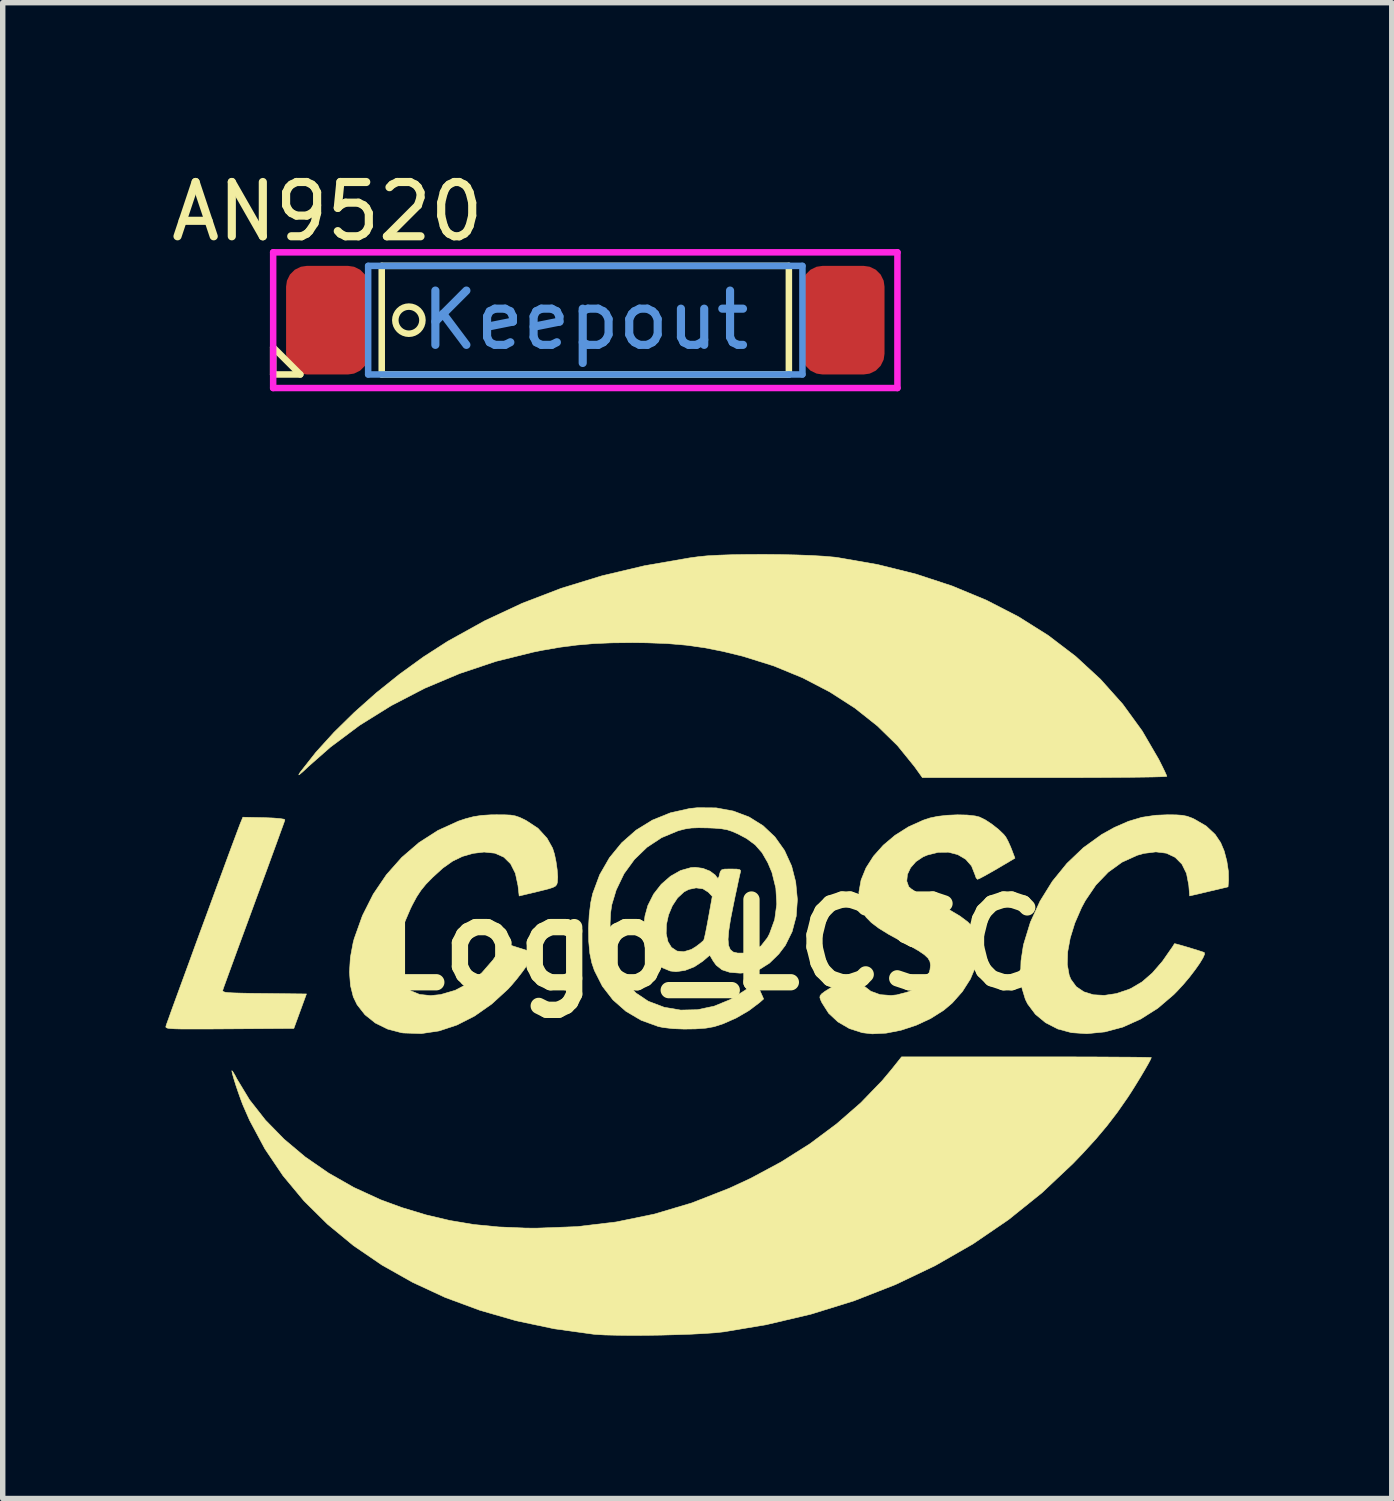
<source format=kicad_pcb>
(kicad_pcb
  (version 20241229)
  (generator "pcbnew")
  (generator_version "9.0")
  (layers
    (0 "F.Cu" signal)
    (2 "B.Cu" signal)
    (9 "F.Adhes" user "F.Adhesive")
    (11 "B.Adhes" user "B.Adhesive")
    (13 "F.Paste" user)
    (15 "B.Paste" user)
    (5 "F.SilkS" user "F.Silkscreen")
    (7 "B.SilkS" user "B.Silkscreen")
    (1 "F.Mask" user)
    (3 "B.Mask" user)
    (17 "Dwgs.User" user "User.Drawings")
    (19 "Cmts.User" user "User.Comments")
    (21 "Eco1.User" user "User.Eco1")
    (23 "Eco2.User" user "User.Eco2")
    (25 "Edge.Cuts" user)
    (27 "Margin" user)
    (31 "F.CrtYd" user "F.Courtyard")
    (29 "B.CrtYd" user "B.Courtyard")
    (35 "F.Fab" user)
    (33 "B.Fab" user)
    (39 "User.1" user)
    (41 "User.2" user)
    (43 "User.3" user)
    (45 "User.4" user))
  (footprint "Logo_LCSC"
    (layer "F.Cu")
    (at 10.031 14.355)
    (property "Reference" "Logo_LCSC" (at 0 0 0) (layer "F.SilkS") (effects (font (size 1.524 1.524) (thickness 0.3))))
    (attr through_hole)
    (fp_poly (pts (xy -8.217 -2.343) (xy -8.048 -2.336) (xy -7.924 -2.326) (xy -7.85 -2.314) (xy -7.833 -2.302) (xy -7.844 -2.267) (xy -7.876 -2.178) (xy -7.926 -2.041) (xy -7.991 -1.861) (xy -8.07 -1.645) (xy -8.16 -1.398) (xy -8.26 -1.126) (xy -8.368 -0.834) (xy -8.4 -0.746) (xy -8.509 -0.449) (xy -8.612 -0.169) (xy -8.707 0.089) (xy -8.79 0.317) (xy -8.861 0.511) (xy -8.917 0.665) (xy -8.956 0.772) (xy -8.975 0.828) (xy -8.977 0.833) (xy -8.978 0.85) (xy -8.965 0.863) (xy -8.93 0.874) (xy -8.868 0.881) (xy -8.77 0.886) (xy -8.63 0.89) (xy -8.44 0.894) (xy -8.214 0.896) (xy -7.436 0.905) (xy -7.668 1.54) (xy -8.854 1.548) (xy -9.16 1.55) (xy -9.408 1.551) (xy -9.605 1.551) (xy -9.755 1.55) (xy -9.866 1.547) (xy -9.943 1.542) (xy -9.991 1.536) (xy -10.017 1.526) (xy -10.026 1.515) (xy -10.025 1.501) (xy -10.012 1.46) (xy -9.978 1.367) (xy -9.928 1.226) (xy -9.862 1.045) (xy -9.783 0.829) (xy -9.694 0.586) (xy -9.597 0.321) (xy -9.495 0.04) (xy -9.389 -0.249) (xy -9.281 -0.541) (xy -9.175 -0.83) (xy -9.073 -1.109) (xy -8.976 -1.371) (xy -8.888 -1.611) (xy -8.81 -1.822) (xy -8.744 -1.998) (xy -8.694 -2.132) (xy -8.661 -2.219) (xy -8.65 -2.247) (xy -8.607 -2.351) (xy -8.217 -2.343)) (stroke (width 0.01) (type solid)) (fill yes) (layer "F.SilkS"))
    (fp_poly (pts (xy 1.306 -7.189) (xy 1.598 -7.182) (xy 1.869 -7.172) (xy 2.106 -7.158) (xy 2.297 -7.141) (xy 2.349 -7.134) (xy 3.088 -7.005) (xy 3.792 -6.83) (xy 4.46 -6.61) (xy 5.091 -6.348) (xy 5.681 -6.044) (xy 6.229 -5.699) (xy 6.733 -5.315) (xy 7.191 -4.893) (xy 7.601 -4.434) (xy 7.96 -3.94) (xy 8.267 -3.413) (xy 8.328 -3.291) (xy 8.377 -3.19) (xy 8.407 -3.123) (xy 8.414 -3.104) (xy 8.383 -3.1) (xy 8.293 -3.096) (xy 8.151 -3.092) (xy 7.96 -3.089) (xy 7.725 -3.086) (xy 7.452 -3.084) (xy 7.147 -3.082) (xy 6.813 -3.081) (xy 6.455 -3.08) (xy 6.162 -3.08) (xy 3.911 -3.08) (xy 3.768 -3.28) (xy 3.453 -3.669) (xy 3.083 -4.031) (xy 2.666 -4.362) (xy 2.204 -4.659) (xy 1.704 -4.919) (xy 1.169 -5.139) (xy 0.607 -5.315) (xy 0.596 -5.318) (xy 0.235 -5.406) (xy -0.104 -5.473) (xy -0.439 -5.52) (xy -0.789 -5.55) (xy -1.172 -5.564) (xy -1.429 -5.567) (xy -1.809 -5.563) (xy -2.145 -5.549) (xy -2.458 -5.522) (xy -2.766 -5.482) (xy -3.089 -5.426) (xy -3.254 -5.393) (xy -3.94 -5.223) (xy -4.61 -4.999) (xy -5.256 -4.727) (xy -5.873 -4.407) (xy -6.455 -4.045) (xy -6.994 -3.642) (xy -7.397 -3.288) (xy -7.497 -3.194) (xy -7.557 -3.143) (xy -7.578 -3.131) (xy -7.565 -3.158) (xy -7.542 -3.191) (xy -7.261 -3.548) (xy -6.929 -3.914) (xy -6.555 -4.281) (xy -6.15 -4.641) (xy -5.722 -4.984) (xy -5.282 -5.303) (xy -4.839 -5.588) (xy -4.827 -5.595) (xy -4.154 -5.968) (xy -3.461 -6.292) (xy -2.744 -6.567) (xy -1.995 -6.797) (xy -1.21 -6.983) (xy -0.382 -7.127) (xy -0.222 -7.149) (xy -0.055 -7.166) (xy 0.163 -7.178) (xy 0.42 -7.187) (xy 0.705 -7.191) (xy 1.004 -7.192) (xy 1.306 -7.189)) (stroke (width 0.01) (type solid)) (fill yes) (layer "F.SilkS"))
    (fp_poly (pts (xy 8.586 -2.394) (xy 8.699 -2.386) (xy 8.789 -2.368) (xy 8.875 -2.336) (xy 8.923 -2.314) (xy 9.139 -2.188) (xy 9.304 -2.033) (xy 9.405 -1.883) (xy 9.47 -1.729) (xy 9.519 -1.542) (xy 9.548 -1.351) (xy 9.551 -1.19) (xy 9.541 -1.068) (xy 9.188 -0.984) (xy 8.834 -0.901) (xy 8.818 -1.098) (xy 8.776 -1.315) (xy 8.691 -1.487) (xy 8.566 -1.612) (xy 8.405 -1.688) (xy 8.211 -1.712) (xy 7.989 -1.684) (xy 7.867 -1.649) (xy 7.588 -1.522) (xy 7.334 -1.338) (xy 7.107 -1.102) (xy 6.913 -0.816) (xy 6.843 -0.686) (xy 6.719 -0.401) (xy 6.634 -0.126) (xy 6.587 0.131) (xy 6.58 0.362) (xy 6.615 0.559) (xy 6.646 0.635) (xy 6.745 0.771) (xy 6.886 0.866) (xy 7.061 0.92) (xy 7.263 0.931) (xy 7.484 0.898) (xy 7.716 0.82) (xy 7.761 0.799) (xy 7.957 0.683) (xy 8.146 0.519) (xy 8.333 0.303) (xy 8.523 0.03) (xy 8.555 -0.022) (xy 8.584 -0.016) (xy 8.658 0.004) (xy 8.759 0.033) (xy 8.871 0.067) (xy 8.979 0.1) (xy 9.065 0.128) (xy 9.103 0.141) (xy 9.109 0.173) (xy 9.078 0.243) (xy 9.018 0.342) (xy 8.934 0.461) (xy 8.834 0.592) (xy 8.723 0.724) (xy 8.607 0.85) (xy 8.541 0.917) (xy 8.247 1.168) (xy 7.933 1.367) (xy 7.606 1.514) (xy 7.273 1.604) (xy 6.939 1.637) (xy 6.658 1.618) (xy 6.407 1.551) (xy 6.182 1.436) (xy 5.993 1.28) (xy 5.849 1.088) (xy 5.807 1.003) (xy 5.746 0.802) (xy 5.719 0.561) (xy 5.727 0.296) (xy 5.769 0.021) (xy 5.775 -0.008) (xy 5.9 -0.416) (xy 6.078 -0.805) (xy 6.304 -1.169) (xy 6.572 -1.499) (xy 6.876 -1.789) (xy 7.211 -2.031) (xy 7.445 -2.161) (xy 7.708 -2.276) (xy 7.953 -2.349) (xy 8.207 -2.387) (xy 8.43 -2.396) (xy 8.586 -2.394)) (stroke (width 0.01) (type solid)) (fill yes) (layer "F.SilkS"))
    (fp_poly (pts (xy 6.203 2.064) (xy 6.56 2.064) (xy 6.893 2.065) (xy 7.197 2.066) (xy 7.466 2.068) (xy 7.696 2.069) (xy 7.883 2.071) (xy 8.02 2.073) (xy 8.103 2.075) (xy 8.128 2.077) (xy 8.112 2.115) (xy 8.069 2.196) (xy 8.005 2.307) (xy 7.928 2.437) (xy 7.844 2.574) (xy 7.761 2.707) (xy 7.684 2.825) (xy 7.682 2.827) (xy 7.5 3.088) (xy 7.312 3.333) (xy 7.106 3.578) (xy 6.87 3.836) (xy 6.686 4.028) (xy 6.112 4.569) (xy 5.497 5.063) (xy 4.841 5.511) (xy 4.147 5.909) (xy 3.417 6.258) (xy 2.654 6.557) (xy 1.858 6.804) (xy 1.033 6.998) (xy 0.254 7.129) (xy 0.098 7.146) (xy -0.109 7.16) (xy -0.354 7.173) (xy -0.625 7.182) (xy -0.909 7.19) (xy -1.195 7.194) (xy -1.47 7.195) (xy -1.721 7.192) (xy -1.937 7.187) (xy -2.106 7.177) (xy -2.141 7.174) (xy -2.87 7.073) (xy -3.572 6.925) (xy -4.242 6.732) (xy -4.88 6.496) (xy -5.481 6.217) (xy -6.045 5.899) (xy -6.568 5.542) (xy -7.047 5.147) (xy -7.481 4.718) (xy -7.867 4.254) (xy -8.201 3.759) (xy -8.483 3.233) (xy -8.61 2.943) (xy -8.65 2.836) (xy -8.694 2.712) (xy -8.737 2.585) (xy -8.773 2.469) (xy -8.799 2.378) (xy -8.81 2.325) (xy -8.809 2.318) (xy -8.788 2.343) (xy -8.749 2.409) (xy -8.718 2.469) (xy -8.483 2.857) (xy -8.191 3.229) (xy -7.848 3.58) (xy -7.459 3.907) (xy -7.029 4.204) (xy -6.564 4.469) (xy -6.07 4.696) (xy -5.681 4.839) (xy -5.232 4.975) (xy -4.795 5.078) (xy -4.355 5.152) (xy -3.894 5.197) (xy -3.396 5.218) (xy -3.191 5.219) (xy -2.449 5.191) (xy -1.729 5.105) (xy -1.026 4.96) (xy -0.334 4.754) (xy 0.35 4.486) (xy 0.749 4.301) (xy 1.309 4) (xy 1.839 3.665) (xy 2.33 3.299) (xy 2.776 2.91) (xy 3.17 2.502) (xy 3.344 2.294) (xy 3.527 2.064) (xy 5.827 2.064) (xy 6.203 2.064)) (stroke (width 0.01) (type solid)) (fill yes) (layer "F.SilkS"))
    (fp_poly (pts (xy -3.782 -2.395) (xy -3.673 -2.39) (xy -3.589 -2.375) (xy -3.509 -2.348) (xy -3.416 -2.304) (xy -3.384 -2.287) (xy -3.17 -2.146) (xy -3.004 -1.964) (xy -2.901 -1.78) (xy -2.867 -1.672) (xy -2.838 -1.532) (xy -2.817 -1.384) (xy -2.807 -1.25) (xy -2.813 -1.154) (xy -2.813 -1.153) (xy -2.824 -1.113) (xy -2.847 -1.083) (xy -2.894 -1.058) (xy -2.974 -1.032) (xy -3.1 -1) (xy -3.174 -0.982) (xy -3.517 -0.9) (xy -3.539 -1.093) (xy -3.587 -1.317) (xy -3.675 -1.492) (xy -3.8 -1.615) (xy -3.964 -1.688) (xy -4.163 -1.709) (xy -4.365 -1.685) (xy -4.561 -1.629) (xy -4.742 -1.542) (xy -4.923 -1.414) (xy -5.115 -1.239) (xy -5.236 -1.115) (xy -5.327 -1.003) (xy -5.406 -0.883) (xy -5.486 -0.734) (xy -5.519 -0.667) (xy -5.65 -0.361) (xy -5.735 -0.08) (xy -5.776 0.173) (xy -5.773 0.396) (xy -5.728 0.584) (xy -5.642 0.735) (xy -5.516 0.846) (xy -5.351 0.914) (xy -5.149 0.935) (xy -4.969 0.917) (xy -4.696 0.838) (xy -4.439 0.702) (xy -4.204 0.514) (xy -3.999 0.278) (xy -3.919 0.159) (xy -3.843 0.049) (xy -3.786 -0.01) (xy -3.756 -0.018) (xy -3.705 -0.001) (xy -3.613 0.028) (xy -3.499 0.064) (xy -3.491 0.066) (xy -3.381 0.102) (xy -3.298 0.134) (xy -3.257 0.155) (xy -3.256 0.156) (xy -3.264 0.197) (xy -3.306 0.274) (xy -3.373 0.378) (xy -3.458 0.497) (xy -3.553 0.62) (xy -3.651 0.737) (xy -3.727 0.82) (xy -4.025 1.092) (xy -4.339 1.312) (xy -4.663 1.477) (xy -4.992 1.586) (xy -5.321 1.635) (xy -5.647 1.624) (xy -5.686 1.619) (xy -5.941 1.552) (xy -6.168 1.44) (xy -6.358 1.288) (xy -6.503 1.103) (xy -6.573 0.958) (xy -6.625 0.749) (xy -6.643 0.502) (xy -6.627 0.234) (xy -6.576 -0.039) (xy -6.557 -0.111) (xy -6.405 -0.537) (xy -6.206 -0.932) (xy -5.963 -1.291) (xy -5.681 -1.609) (xy -5.363 -1.883) (xy -5.014 -2.107) (xy -4.638 -2.278) (xy -4.507 -2.322) (xy -4.359 -2.361) (xy -4.211 -2.384) (xy -4.037 -2.395) (xy -3.935 -2.396) (xy -3.782 -2.395)) (stroke (width 0.01) (type solid)) (fill yes) (layer "F.SilkS"))
    (fp_poly (pts (xy 4.735 -2.391) (xy 4.884 -2.374) (xy 4.961 -2.355) (xy 5.068 -2.303) (xy 5.192 -2.221) (xy 5.313 -2.126) (xy 5.41 -2.033) (xy 5.447 -1.986) (xy 5.488 -1.911) (xy 5.535 -1.807) (xy 5.557 -1.752) (xy 5.616 -1.596) (xy 5.286 -1.401) (xy 5.155 -1.326) (xy 5.044 -1.264) (xy 4.964 -1.222) (xy 4.926 -1.207) (xy 4.926 -1.206) (xy 4.9 -1.234) (xy 4.879 -1.294) (xy 4.816 -1.453) (xy 4.707 -1.577) (xy 4.562 -1.662) (xy 4.39 -1.706) (xy 4.201 -1.704) (xy 4.003 -1.654) (xy 3.922 -1.62) (xy 3.791 -1.532) (xy 3.693 -1.42) (xy 3.635 -1.297) (xy 3.623 -1.174) (xy 3.659 -1.071) (xy 3.706 -1.03) (xy 3.8 -0.968) (xy 3.934 -0.891) (xy 4.097 -0.805) (xy 4.165 -0.772) (xy 4.412 -0.643) (xy 4.605 -0.528) (xy 4.749 -0.42) (xy 4.85 -0.311) (xy 4.913 -0.195) (xy 4.944 -0.065) (xy 4.948 0.085) (xy 4.945 0.15) (xy 4.896 0.389) (xy 4.795 0.63) (xy 4.647 0.862) (xy 4.462 1.071) (xy 4.304 1.205) (xy 4.062 1.358) (xy 3.795 1.482) (xy 3.518 1.573) (xy 3.243 1.627) (xy 2.986 1.64) (xy 2.804 1.619) (xy 2.565 1.542) (xy 2.355 1.42) (xy 2.184 1.261) (xy 2.063 1.071) (xy 2.06 1.066) (xy 2.035 1.012) (xy 2.022 0.972) (xy 2.027 0.937) (xy 2.057 0.901) (xy 2.119 0.855) (xy 2.219 0.793) (xy 2.365 0.707) (xy 2.415 0.677) (xy 2.693 0.513) (xy 2.73 0.602) (xy 2.823 0.749) (xy 2.96 0.855) (xy 3.133 0.918) (xy 3.333 0.933) (xy 3.44 0.922) (xy 3.657 0.864) (xy 3.833 0.773) (xy 3.962 0.651) (xy 4.039 0.503) (xy 4.051 0.455) (xy 4.06 0.376) (xy 4.05 0.308) (xy 4.014 0.245) (xy 3.946 0.181) (xy 3.838 0.108) (xy 3.685 0.02) (xy 3.528 -0.063) (xy 3.292 -0.192) (xy 3.109 -0.305) (xy 2.972 -0.408) (xy 2.874 -0.508) (xy 2.807 -0.611) (xy 2.765 -0.723) (xy 2.758 -0.751) (xy 2.741 -0.97) (xy 2.781 -1.194) (xy 2.872 -1.417) (xy 3.01 -1.633) (xy 3.19 -1.835) (xy 3.406 -2.017) (xy 3.653 -2.173) (xy 3.926 -2.296) (xy 4.05 -2.337) (xy 4.194 -2.367) (xy 4.37 -2.387) (xy 4.556 -2.395) (xy 4.735 -2.391)) (stroke (width 0.01) (type solid)) (fill yes) (layer "F.SilkS"))
    (fp_poly (pts (xy 0.111 -2.523) (xy 0.43 -2.464) (xy 0.72 -2.354) (xy 0.976 -2.194) (xy 1.194 -1.988) (xy 1.371 -1.739) (xy 1.502 -1.451) (xy 1.577 -1.157) (xy 1.608 -0.833) (xy 1.586 -0.526) (xy 1.511 -0.243) (xy 1.387 0.009) (xy 1.266 0.169) (xy 1.094 0.337) (xy 0.92 0.447) (xy 0.733 0.507) (xy 0.556 0.522) (xy 0.364 0.507) (xy 0.22 0.46) (xy 0.112 0.375) (xy 0.058 0.3) (xy -0.006 0.191) (xy -0.137 0.303) (xy -0.291 0.405) (xy -0.461 0.471) (xy -0.628 0.495) (xy -0.735 0.482) (xy -0.92 0.405) (xy -1.072 0.281) (xy -1.149 0.175) (xy -1.2 0.039) (xy -1.225 -0.137) (xy -1.225 -0.207) (xy -0.809 -0.207) (xy -0.776 -0.058) (xy -0.712 0.047) (xy -0.61 0.115) (xy -0.485 0.127) (xy -0.348 0.086) (xy -0.262 0.034) (xy -0.184 -0.025) (xy -0.13 -0.072) (xy -0.117 -0.086) (xy -0.105 -0.126) (xy -0.085 -0.216) (xy -0.06 -0.342) (xy -0.032 -0.492) (xy -0.03 -0.503) (xy 0.04 -0.892) (xy -0.033 -0.97) (xy -0.132 -1.032) (xy -0.258 -1.049) (xy -0.392 -1.021) (xy -0.479 -0.976) (xy -0.6 -0.864) (xy -0.696 -0.718) (xy -0.766 -0.55) (xy -0.804 -0.375) (xy -0.809 -0.207) (xy -1.225 -0.207) (xy -1.225 -0.335) (xy -1.199 -0.535) (xy -1.148 -0.719) (xy -1.146 -0.725) (xy -1.041 -0.934) (xy -0.899 -1.116) (xy -0.729 -1.264) (xy -0.544 -1.369) (xy -0.352 -1.423) (xy -0.274 -1.428) (xy -0.133 -1.409) (xy -0.003 -1.358) (xy 0.095 -1.285) (xy 0.123 -1.246) (xy 0.145 -1.223) (xy 0.163 -1.253) (xy 0.173 -1.296) (xy 0.189 -1.352) (xy 0.214 -1.382) (xy 0.266 -1.395) (xy 0.362 -1.397) (xy 0.386 -1.397) (xy 0.491 -1.395) (xy 0.546 -1.385) (xy 0.563 -1.365) (xy 0.559 -1.341) (xy 0.547 -1.293) (xy 0.525 -1.194) (xy 0.496 -1.055) (xy 0.46 -0.888) (xy 0.428 -0.73) (xy 0.376 -0.468) (xy 0.344 -0.261) (xy 0.331 -0.103) (xy 0.34 0.011) (xy 0.372 0.088) (xy 0.427 0.133) (xy 0.508 0.152) (xy 0.615 0.152) (xy 0.625 0.151) (xy 0.797 0.111) (xy 0.939 0.019) (xy 1.055 -0.129) (xy 1.094 -0.202) (xy 1.19 -0.466) (xy 1.228 -0.75) (xy 1.211 -1.043) (xy 1.139 -1.334) (xy 1.063 -1.513) (xy 0.957 -1.697) (xy 0.831 -1.841) (xy 0.671 -1.959) (xy 0.51 -2.044) (xy 0.405 -2.09) (xy 0.313 -2.12) (xy 0.211 -2.138) (xy 0.081 -2.149) (xy -0.038 -2.154) (xy -0.213 -2.157) (xy -0.346 -2.152) (xy -0.459 -2.135) (xy -0.575 -2.105) (xy -0.594 -2.099) (xy -0.894 -1.974) (xy -1.162 -1.797) (xy -1.394 -1.573) (xy -1.586 -1.309) (xy -1.73 -1.009) (xy -1.811 -0.739) (xy -1.833 -0.589) (xy -1.842 -0.4) (xy -1.84 -0.196) (xy -1.827 -0.000314) (xy -1.803 0.163) (xy -1.794 0.204) (xy -1.696 0.463) (xy -1.55 0.694) (xy -1.364 0.889) (xy -1.147 1.034) (xy -1.137 1.04) (xy -0.846 1.15) (xy -0.542 1.202) (xy -0.233 1.195) (xy 0.074 1.13) (xy 0.372 1.008) (xy 0.654 0.831) (xy 0.659 0.826) (xy 0.746 0.761) (xy 0.812 0.715) (xy 0.841 0.699) (xy 0.86 0.725) (xy 0.895 0.792) (xy 0.92 0.848) (xy 0.986 0.997) (xy 0.913 1.062) (xy 0.716 1.211) (xy 0.482 1.347) (xy 0.238 1.455) (xy 0.073 1.508) (xy -0.078 1.535) (xy -0.27 1.549) (xy -0.48 1.552) (xy -0.685 1.544) (xy -0.864 1.523) (xy -0.953 1.505) (xy -1.27 1.39) (xy -1.55 1.225) (xy -1.79 1.014) (xy -1.985 0.762) (xy -2.132 0.472) (xy -2.179 0.333) (xy -2.216 0.156) (xy -2.236 -0.064) (xy -2.24 -0.305) (xy -2.227 -0.55) (xy -2.199 -0.778) (xy -2.163 -0.943) (xy -2.034 -1.291) (xy -1.854 -1.604) (xy -1.629 -1.879) (xy -1.364 -2.112) (xy -1.064 -2.297) (xy -0.733 -2.431) (xy -0.378 -2.511) (xy -0.233 -2.526) (xy 0.111 -2.523)) (stroke (width 0.01) (type solid)) (fill yes) (layer "F.SilkS")))
  (footprint "AN9520"
    (layer "F.Cu")
    (at 2.982 2.848)
    (property "Reference" "AN9520" (at 0 -2 0) (layer "F.SilkS") (effects (font (size 1 1) (thickness 0.15))))
    (attr through_hole)
    (fp_line (start -1 0.5) (end -1 1) (stroke (width 0.12) (type solid)) (layer "F.SilkS"))
    (fp_line (start -1 1) (end -0.5 1) (stroke (width 0.12) (type solid)) (layer "F.SilkS"))
    (fp_line (start -0.5 1) (end -1 0.5) (stroke (width 0.12) (type solid)) (layer "F.SilkS"))
    (fp_line (start 1 -1) (end 8.5 -1) (stroke (width 0.12) (type solid)) (layer "F.SilkS"))
    (fp_line (start 1 1) (end 1 -1) (stroke (width 0.12) (type solid)) (layer "F.SilkS"))
    (fp_line (start 8.5 -1) (end 8.5 1) (stroke (width 0.12) (type solid)) (layer "F.SilkS"))
    (fp_line (start 8.5 1) (end 1 1) (stroke (width 0.12) (type solid)) (layer "F.SilkS"))
    (fp_circle (center 1.5 0) (end 1.25 0) (stroke (width 0.12) (type solid)) (fill no) (layer "F.SilkS"))
    (fp_line (start 0.75 -1) (end 0.75 1) (stroke (width 0.12) (type solid)) (layer "Cmts.User"))
    (fp_line (start 0.75 1) (end 8.5 1) (stroke (width 0.12) (type solid)) (layer "Cmts.User"))
    (fp_line (start 8.5 1) (end 8.75 1) (stroke (width 0.12) (type solid)) (layer "Cmts.User"))
    (fp_line (start 8.75 -1) (end 0.75 -1) (stroke (width 0.12) (type solid)) (layer "Cmts.User"))
    (fp_line (start 8.75 1) (end 8.75 -1) (stroke (width 0.12) (type solid)) (layer "Cmts.User"))
    (fp_line (start -1 -1.25) (end 10.5 -1.25) (stroke (width 0.12) (type solid)) (layer "F.CrtYd"))
    (fp_line (start -1 1.25) (end -1 -1.25) (stroke (width 0.12) (type solid)) (layer "F.CrtYd"))
    (fp_line (start 10.5 -1.25) (end 10.5 1.25) (stroke (width 0.12) (type solid)) (layer "F.CrtYd"))
    (fp_line (start 10.5 1.25) (end -1 1.25) (stroke (width 0.12) (type solid)) (layer "F.CrtYd"))
    (fp_text user "Keepout" (at 4.75 0 0) (layer "Cmts.User") (effects (font (size 1 1) (thickness 0.15))))
    (pad "1" smd roundrect (at 0 0) (size 1.524 2) (layers "F.Cu" "F.Mask" "F.Paste") (roundrect_rratio 0.25))
    (pad "2" smd roundrect (at 9.5 0) (size 1.524 2) (layers "F.Cu" "F.Mask" "F.Paste") (roundrect_rratio 0.25)))
  (gr_rect
    (start -3 -3)
    (end 22.588 24.555)
    (stroke (width 0.1) (type default))
    (fill no)
    (layer "Edge.Cuts")))
</source>
